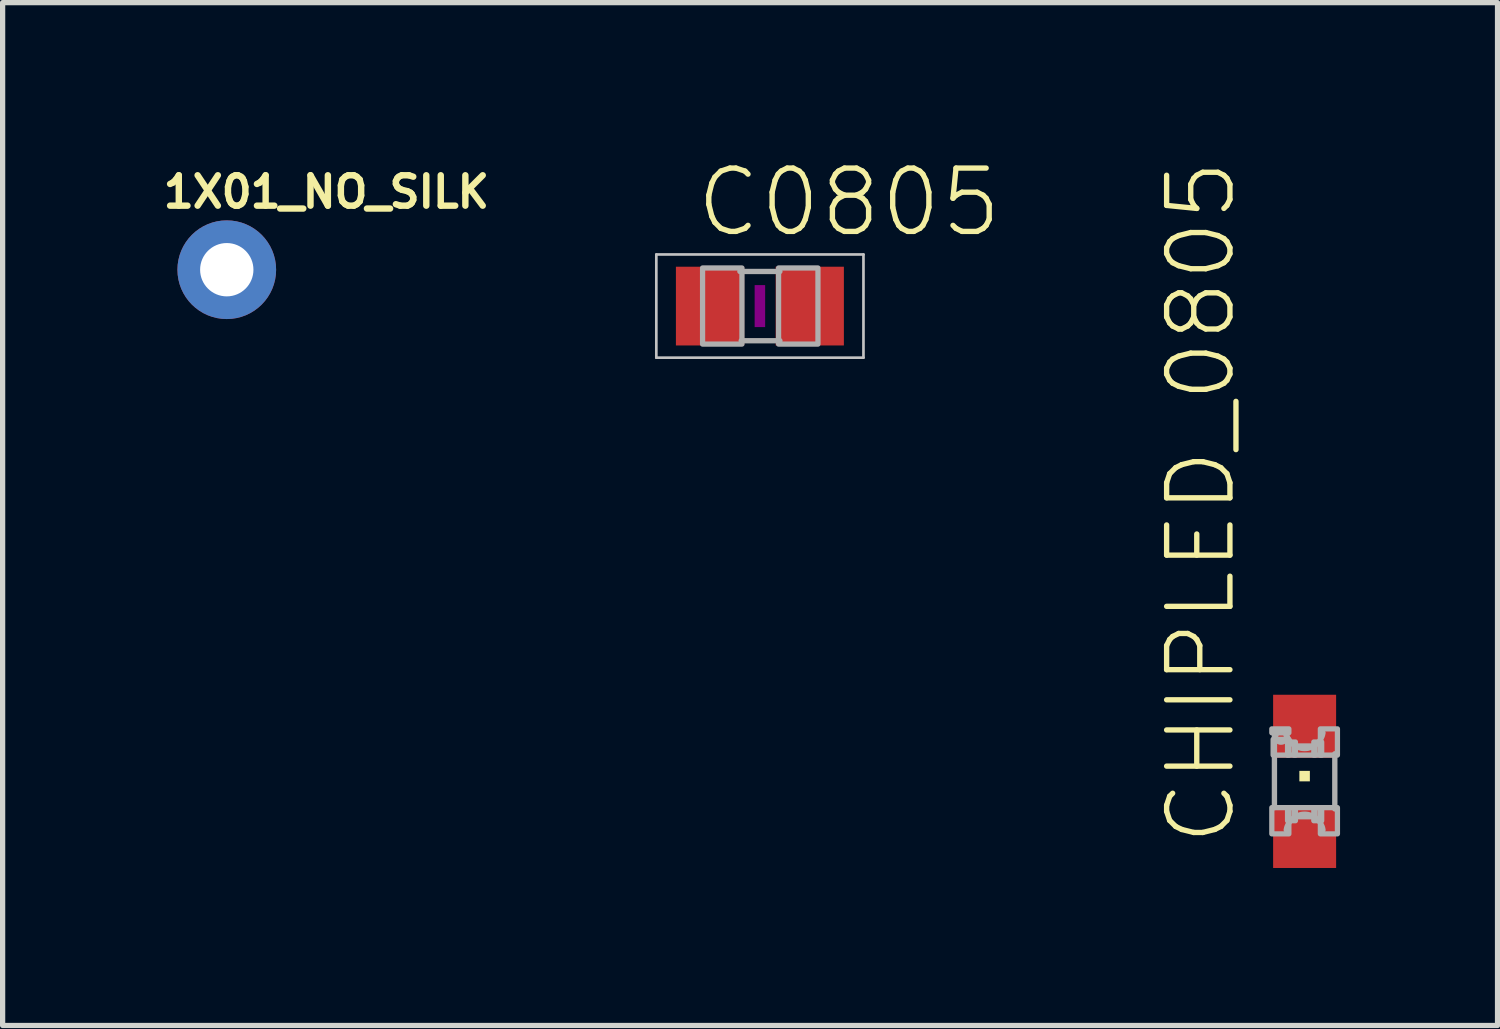
<source format=kicad_pcb>
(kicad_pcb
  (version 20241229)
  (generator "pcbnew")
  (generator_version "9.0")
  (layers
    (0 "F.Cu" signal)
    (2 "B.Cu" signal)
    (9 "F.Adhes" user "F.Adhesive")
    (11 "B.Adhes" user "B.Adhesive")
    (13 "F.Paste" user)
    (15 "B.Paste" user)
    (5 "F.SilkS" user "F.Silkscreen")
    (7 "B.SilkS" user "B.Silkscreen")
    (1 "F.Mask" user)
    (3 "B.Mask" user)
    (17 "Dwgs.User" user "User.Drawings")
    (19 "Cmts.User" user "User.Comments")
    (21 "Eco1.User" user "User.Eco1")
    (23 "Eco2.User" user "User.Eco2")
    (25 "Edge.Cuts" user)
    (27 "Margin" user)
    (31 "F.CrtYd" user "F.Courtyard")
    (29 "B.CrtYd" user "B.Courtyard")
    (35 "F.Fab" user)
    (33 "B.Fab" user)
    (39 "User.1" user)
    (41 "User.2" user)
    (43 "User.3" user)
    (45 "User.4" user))
  (footprint "1X01_NO_SILK"
    (layer "F.Cu")
    (at 1.27 2.088)
    (property "Reference" "1X01_NO_SILK" (at -1.27 -1.143 0) (layer "F.SilkS") (effects (font (size 0.579 0.579) (thickness 0.122)) (justify left bottom)))
    (attr through_hole)
    (fp_poly (pts (xy -0.254 0.254) (xy 0.254 0.254) (xy 0.254 -0.254) (xy -0.254 -0.254)) (stroke (width 0.1) (type solid)) (fill no) (layer "F.Fab"))
    (pad "1" thru_hole circle (at 0 0 90) (size 1.88 1.88) (drill 1.016) (layers "*.Cu" "*.Mask")))
  (footprint "C0805"
    (layer "F.Cu")
    (at 11.426 2.781)
    (property "Reference" "C0805" (at -1.27 -1.27 0) (layer "F.SilkS") (effects (font (size 1.206 1.206) (thickness 0.102)) (justify left bottom)))
    (attr through_hole)
    (fp_poly (pts (xy -0.1 0.4) (xy 0.1 0.4) (xy 0.1 -0.4) (xy -0.1 -0.4)) (stroke (width 0) (type solid)) (fill yes) (layer "F.Adhes"))
    (fp_line (start -1.973 -0.983) (end 1.973 -0.983) (stroke (width 0.051) (type solid)) (layer "Dwgs.User"))
    (fp_line (start -1.973 0.983) (end -1.973 -0.983) (stroke (width 0.051) (type solid)) (layer "Dwgs.User"))
    (fp_line (start 1.973 -0.983) (end 1.973 0.983) (stroke (width 0.051) (type solid)) (layer "Dwgs.User"))
    (fp_line (start 1.973 0.983) (end -1.973 0.983) (stroke (width 0.051) (type solid)) (layer "Dwgs.User"))
    (fp_line (start -0.381 -0.66) (end 0.381 -0.66) (stroke (width 0.102) (type solid)) (layer "F.Fab"))
    (fp_line (start -0.356 0.66) (end 0.381 0.66) (stroke (width 0.102) (type solid)) (layer "F.Fab"))
    (fp_poly (pts (xy -1.092 0.724) (xy -0.342 0.724) (xy -0.342 -0.726) (xy -1.092 -0.726)) (stroke (width 0.1) (type solid)) (fill no) (layer "F.Fab"))
    (fp_poly (pts (xy 0.356 0.724) (xy 1.106 0.724) (xy 1.106 -0.726) (xy 0.356 -0.726)) (stroke (width 0.1) (type solid)) (fill no) (layer "F.Fab"))
    (pad "1" smd rect (at -0.95 0) (size 1.3 1.5) (layers "F.Cu" "F.Mask" "F.Paste"))
    (pad "2" smd rect (at 0.95 0) (size 1.3 1.5) (layers "F.Cu" "F.Mask" "F.Paste")))
  (footprint "CHIPLED_0805"
    (layer "F.Cu")
    (at 21.803 11.835)
    (property "Reference" "CHIPLED_0805" (at -1.27 1.27 90) (layer "F.SilkS") (effects (font (size 1.206 1.206) (thickness 0.102)) (justify left bottom)))
    (attr through_hole)
    (fp_poly (pts (xy -0.1 0) (xy 0.1 0) (xy 0.1 -0.2) (xy -0.1 -0.2)) (stroke (width 0) (type solid)) (fill yes) (layer "F.SilkS"))
    (fp_line (start -0.575 0.5) (end -0.575 -0.925) (stroke (width 0.102) (type solid)) (layer "F.Fab"))
    (fp_line (start 0.575 -0.525) (end 0.575 0.525) (stroke (width 0.102) (type solid)) (layer "F.Fab"))
    (fp_arc (start -0.35 0.925) (mid -0.000001 0.625027) (end 0.35 0.924998) (stroke (width 0.1016) (type solid)) (layer "F.Fab"))
    (fp_arc (start 0.35 -0.924998) (mid -0.000001 -0.625027) (end -0.35 -0.925) (stroke (width 0.1016) (type solid)) (layer "F.Fab"))
    (fp_circle (center -0.45 -0.85) (end -0.347 -0.85) (stroke (width 0.102) (type solid)) (fill no) (layer "F.Fab"))
    (fp_poly (pts (xy -0.625 -0.925) (xy -0.3 -0.925) (xy -0.3 -1) (xy -0.625 -1)) (stroke (width 0.1) (type solid)) (fill no) (layer "F.Fab"))
    (fp_poly (pts (xy -0.625 1) (xy -0.3 1) (xy -0.3 0.5) (xy -0.625 0.5)) (stroke (width 0.1) (type solid)) (fill no) (layer "F.Fab"))
    (fp_poly (pts (xy -0.6 -0.5) (xy -0.3 -0.5) (xy -0.3 -0.8) (xy -0.6 -0.8)) (stroke (width 0.1) (type solid)) (fill no) (layer "F.Fab"))
    (fp_poly (pts (xy -0.325 -0.5) (xy -0.175 -0.5) (xy -0.175 -0.75) (xy -0.325 -0.75)) (stroke (width 0.1) (type solid)) (fill no) (layer "F.Fab"))
    (fp_poly (pts (xy -0.325 0.75) (xy -0.175 0.75) (xy -0.175 0.5) (xy -0.325 0.5)) (stroke (width 0.1) (type solid)) (fill no) (layer "F.Fab"))
    (fp_poly (pts (xy -0.2 -0.5) (xy 0.2 -0.5) (xy 0.2 -0.675) (xy -0.2 -0.675)) (stroke (width 0.1) (type solid)) (fill no) (layer "F.Fab"))
    (fp_poly (pts (xy -0.2 0.675) (xy 0.2 0.675) (xy 0.2 0.5) (xy -0.2 0.5)) (stroke (width 0.1) (type solid)) (fill no) (layer "F.Fab"))
    (fp_poly (pts (xy 0.175 -0.5) (xy 0.325 -0.5) (xy 0.325 -0.75) (xy 0.175 -0.75)) (stroke (width 0.1) (type solid)) (fill no) (layer "F.Fab"))
    (fp_poly (pts (xy 0.175 0.75) (xy 0.325 0.75) (xy 0.325 0.5) (xy 0.175 0.5)) (stroke (width 0.1) (type solid)) (fill no) (layer "F.Fab"))
    (fp_poly (pts (xy 0.3 -0.5) (xy 0.625 -0.5) (xy 0.625 -1) (xy 0.3 -1)) (stroke (width 0.1) (type solid)) (fill no) (layer "F.Fab"))
    (fp_poly (pts (xy 0.3 1) (xy 0.625 1) (xy 0.625 0.5) (xy 0.3 0.5)) (stroke (width 0.1) (type solid)) (fill no) (layer "F.Fab"))
    (pad "A" smd rect (at 0 1.05) (size 1.2 1.2) (layers "F.Cu" "F.Mask" "F.Paste"))
    (pad "C" smd rect (at 0 -1.05) (size 1.2 1.2) (layers "F.Cu" "F.Mask" "F.Paste")))
  (gr_rect
    (start -3 -3)
    (end 25.478 16.485)
    (stroke (width 0.1) (type default))
    (fill no)
    (layer "Edge.Cuts")))
</source>
